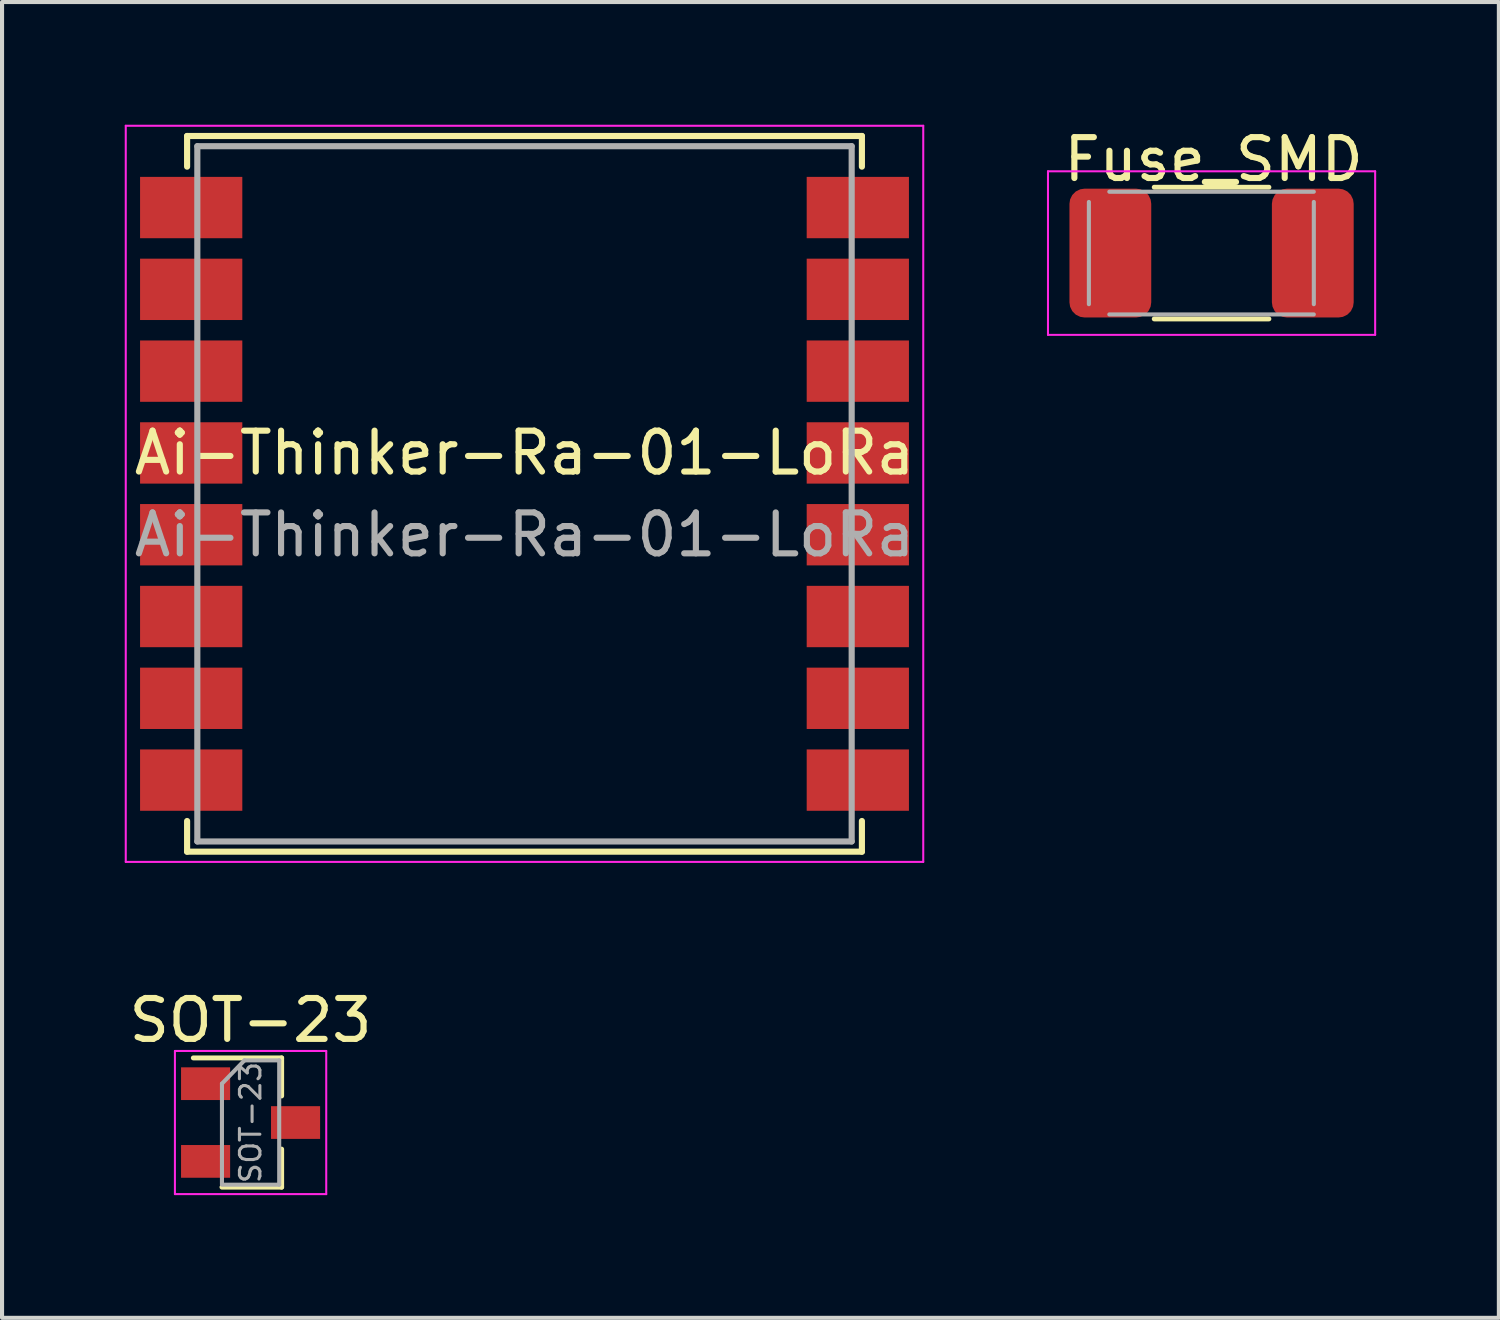
<source format=kicad_pcb>
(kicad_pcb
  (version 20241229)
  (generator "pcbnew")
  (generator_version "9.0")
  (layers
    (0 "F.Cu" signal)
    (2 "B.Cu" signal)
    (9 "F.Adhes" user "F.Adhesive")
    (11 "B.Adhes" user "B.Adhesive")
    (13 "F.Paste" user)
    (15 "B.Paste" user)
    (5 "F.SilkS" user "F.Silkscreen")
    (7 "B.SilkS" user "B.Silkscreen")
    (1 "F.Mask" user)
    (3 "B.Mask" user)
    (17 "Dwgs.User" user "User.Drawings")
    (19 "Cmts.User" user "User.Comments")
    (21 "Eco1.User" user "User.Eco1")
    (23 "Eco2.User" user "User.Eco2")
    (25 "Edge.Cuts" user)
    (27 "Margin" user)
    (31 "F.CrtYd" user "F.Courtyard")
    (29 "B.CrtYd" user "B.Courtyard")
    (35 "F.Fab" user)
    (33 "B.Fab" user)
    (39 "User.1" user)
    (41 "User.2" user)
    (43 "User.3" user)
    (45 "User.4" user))
  (footprint "SOT-23"
    (layer "F.Cu")
    (at 3.077 24.398)
    (property "Reference" "SOT-23" (at 0 -2.5 0) (layer "F.SilkS") (effects (font (size 1 1) (thickness 0.15))))
    (attr smd)
    (fp_line (start 0.76 -1.58) (end -1.4 -1.58) (stroke (width 0.12) (type solid)) (layer "F.SilkS"))
    (fp_line (start 0.76 -1.58) (end 0.76 -0.65) (stroke (width 0.12) (type solid)) (layer "F.SilkS"))
    (fp_line (start 0.76 1.58) (end -0.7 1.58) (stroke (width 0.12) (type solid)) (layer "F.SilkS"))
    (fp_line (start 0.76 1.58) (end 0.76 0.65) (stroke (width 0.12) (type solid)) (layer "F.SilkS"))
    (fp_line (start -1.85 -1.75) (end 1.85 -1.75) (stroke (width 0.05) (type solid)) (layer "F.CrtYd"))
    (fp_line (start -1.85 1.75) (end -1.85 -1.75) (stroke (width 0.05) (type solid)) (layer "F.CrtYd"))
    (fp_line (start 1.85 -1.75) (end 1.85 1.75) (stroke (width 0.05) (type solid)) (layer "F.CrtYd"))
    (fp_line (start 1.85 1.75) (end -1.85 1.75) (stroke (width 0.05) (type solid)) (layer "F.CrtYd"))
    (fp_line (start -0.7 -0.95) (end -0.7 1.5) (stroke (width 0.1) (type solid)) (layer "F.Fab"))
    (fp_line (start -0.7 -0.95) (end -0.15 -1.52) (stroke (width 0.1) (type solid)) (layer "F.Fab"))
    (fp_line (start -0.7 1.52) (end 0.7 1.52) (stroke (width 0.1) (type solid)) (layer "F.Fab"))
    (fp_line (start -0.15 -1.52) (end 0.7 -1.52) (stroke (width 0.1) (type solid)) (layer "F.Fab"))
    (fp_line (start 0.7 -1.52) (end 0.7 1.52) (stroke (width 0.1) (type solid)) (layer "F.Fab"))
    (fp_text user "${REFERENCE}" (at 0 0 90) (layer "F.Fab") (effects (font (size 0.5 0.5) (thickness 0.075))))
    (pad "1" smd rect (at -1.1 -0.95) (size 1.2 0.8) (layers "F.Cu" "F.Mask" "F.Paste"))
    (pad "2" smd rect (at -1.1 0.95) (size 1.2 0.8) (layers "F.Cu" "F.Mask" "F.Paste"))
    (pad "3" smd rect (at 1.1 0) (size 1.2 0.8) (layers "F.Cu" "F.Mask" "F.Paste")))
  (footprint "Ai-Thinker-Ra-01-LoRa"
    (layer "F.Cu")
    (at 9.775 9.025)
    (property "Reference" "Ai-Thinker-Ra-01-LoRa" (at 0 -1 180) (layer "F.SilkS") (effects (font (size 1 1) (thickness 0.15))))
    (attr smd)
    (fp_line (start -8.25 -8.75) (end 8.25 -8.75) (stroke (width 0.15) (type solid)) (layer "F.SilkS"))
    (fp_line (start -8.25 -8) (end -8.25 -8.75) (stroke (width 0.15) (type solid)) (layer "F.SilkS"))
    (fp_line (start -8.25 8) (end -8.25 8.75) (stroke (width 0.15) (type solid)) (layer "F.SilkS"))
    (fp_line (start -8.25 8.75) (end 8.25 8.75) (stroke (width 0.15) (type solid)) (layer "F.SilkS"))
    (fp_line (start 8.25 -8.75) (end 8.25 -8) (stroke (width 0.15) (type solid)) (layer "F.SilkS"))
    (fp_line (start 8.25 8.75) (end 8.25 8) (stroke (width 0.15) (type solid)) (layer "F.SilkS"))
    (fp_line (start -9.75 -9) (end 9.75 -9) (stroke (width 0.05) (type solid)) (layer "F.CrtYd"))
    (fp_line (start -9.75 9) (end -9.75 -9) (stroke (width 0.05) (type solid)) (layer "F.CrtYd"))
    (fp_line (start 9.75 -9) (end 9.75 9) (stroke (width 0.05) (type solid)) (layer "F.CrtYd"))
    (fp_line (start 9.75 9) (end -9.75 9) (stroke (width 0.05) (type solid)) (layer "F.CrtYd"))
    (fp_line (start -8 -8.5) (end 8 -8.5) (stroke (width 0.15) (type solid)) (layer "F.Fab"))
    (fp_line (start -8 8.5) (end -8 -8.5) (stroke (width 0.15) (type solid)) (layer "F.Fab"))
    (fp_line (start 8 -8.5) (end 8 8.5) (stroke (width 0.15) (type solid)) (layer "F.Fab"))
    (fp_line (start 8 8.5) (end -8 8.5) (stroke (width 0.15) (type solid)) (layer "F.Fab"))
    (fp_text user "${REFERENCE}" (at 0 1 180) (layer "F.Fab") (effects (font (size 1 1) (thickness 0.15))))
    (pad "1" smd rect (at -8.15 -7) (size 2.5 1.5) (layers "F.Cu" "F.Mask" "F.Paste"))
    (pad "2" smd rect (at -8.15 -5) (size 2.5 1.5) (layers "F.Cu" "F.Mask" "F.Paste"))
    (pad "3" smd rect (at -8.15 -3) (size 2.5 1.5) (layers "F.Cu" "F.Mask" "F.Paste"))
    (pad "4" smd rect (at -8.15 -1) (size 2.5 1.5) (layers "F.Cu" "F.Mask" "F.Paste"))
    (pad "5" smd rect (at -8.15 1) (size 2.5 1.5) (layers "F.Cu" "F.Mask" "F.Paste"))
    (pad "6" smd rect (at -8.15 3) (size 2.5 1.5) (layers "F.Cu" "F.Mask" "F.Paste"))
    (pad "7" smd rect (at -8.15 5) (size 2.5 1.5) (layers "F.Cu" "F.Mask" "F.Paste"))
    (pad "8" smd rect (at -8.15 7) (size 2.5 1.5) (layers "F.Cu" "F.Mask" "F.Paste"))
    (pad "9" smd rect (at 8.15 7) (size 2.5 1.5) (layers "F.Cu" "F.Mask" "F.Paste"))
    (pad "10" smd rect (at 8.15 5) (size 2.5 1.5) (layers "F.Cu" "F.Mask" "F.Paste"))
    (pad "11" smd rect (at 8.15 3) (size 2.5 1.5) (layers "F.Cu" "F.Mask" "F.Paste"))
    (pad "12" smd rect (at 8.15 1) (size 2.5 1.5) (layers "F.Cu" "F.Mask" "F.Paste"))
    (pad "13" smd rect (at 8.15 -1) (size 2.5 1.5) (layers "F.Cu" "F.Mask" "F.Paste"))
    (pad "14" smd rect (at 8.15 -3) (size 2.5 1.5) (layers "F.Cu" "F.Mask" "F.Paste"))
    (pad "15" smd rect (at 8.15 -5) (size 2.5 1.5) (layers "F.Cu" "F.Mask" "F.Paste"))
    (pad "16" smd rect (at 8.15 -7) (size 2.5 1.5) (layers "F.Cu" "F.Mask" "F.Paste")))
  (footprint "Fuse_SMD"
    (layer "F.Cu")
    (at 26.575 3.138)
    (property "Reference" "Fuse_SMD" (at 0.05 -2.29 0) (layer "F.SilkS") (effects (font (size 1 1) (thickness 0.15))))
    (attr through_hole)
    (fp_line (start -1.402 -1.61) (end 1.402 -1.61) (stroke (width 0.12) (type solid)) (layer "F.SilkS"))
    (fp_line (start -1.402 1.61) (end 1.402 1.61) (stroke (width 0.12) (type solid)) (layer "F.SilkS"))
    (fp_line (start -4 -2) (end 4 -2) (stroke (width 0.05) (type solid)) (layer "F.CrtYd"))
    (fp_line (start -4 2) (end -4 -2) (stroke (width 0.05) (type solid)) (layer "F.CrtYd"))
    (fp_line (start 4 -2) (end 4 2) (stroke (width 0.05) (type solid)) (layer "F.CrtYd"))
    (fp_line (start 4 2) (end -4 2) (stroke (width 0.05) (type solid)) (layer "F.CrtYd"))
    (fp_line (start -3 1.25) (end -3 -1.25) (stroke (width 0.1) (type solid)) (layer "F.Fab"))
    (fp_line (start -2.5 -1.5) (end 2.5 -1.5) (stroke (width 0.1) (type solid)) (layer "F.Fab"))
    (fp_line (start 2.5 -1.25) (end 2.5 1.25) (stroke (width 0.1) (type solid)) (layer "F.Fab"))
    (fp_line (start 2.5 1.5) (end -2.5 1.5) (stroke (width 0.1) (type solid)) (layer "F.Fab"))
    (pad "1" smd roundrect (at -2.475 0) (size 2 3.15) (layers "F.Cu" "F.Mask" "F.Paste") (roundrect_rratio 0.185))
    (pad "2" smd roundrect (at 2.475 0) (size 2 3.15) (layers "F.Cu" "F.Mask" "F.Paste") (roundrect_rratio 0.185)))
  (gr_rect
    (start -3 -3)
    (end 33.6 29.173)
    (stroke (width 0.1) (type default))
    (fill no)
    (layer "Edge.Cuts")))
</source>
